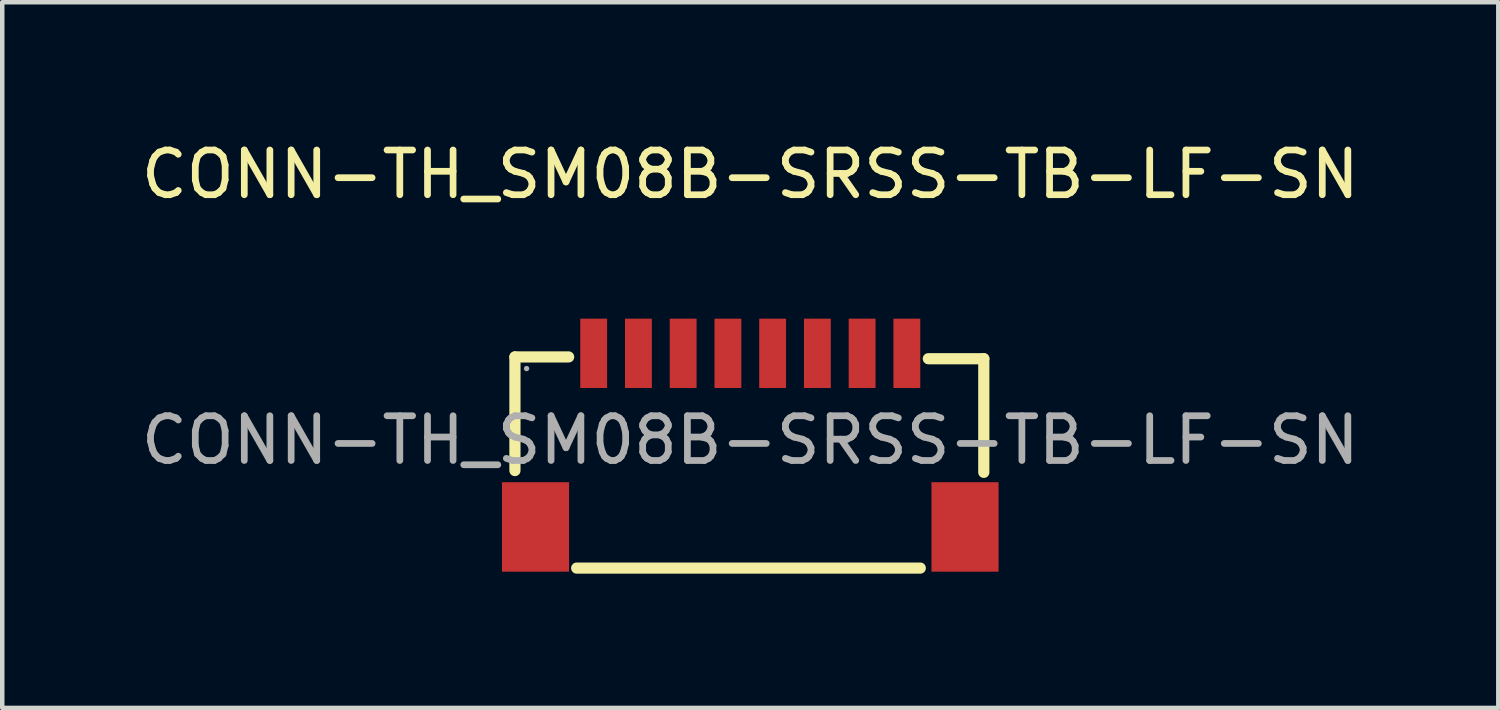
<source format=kicad_pcb>
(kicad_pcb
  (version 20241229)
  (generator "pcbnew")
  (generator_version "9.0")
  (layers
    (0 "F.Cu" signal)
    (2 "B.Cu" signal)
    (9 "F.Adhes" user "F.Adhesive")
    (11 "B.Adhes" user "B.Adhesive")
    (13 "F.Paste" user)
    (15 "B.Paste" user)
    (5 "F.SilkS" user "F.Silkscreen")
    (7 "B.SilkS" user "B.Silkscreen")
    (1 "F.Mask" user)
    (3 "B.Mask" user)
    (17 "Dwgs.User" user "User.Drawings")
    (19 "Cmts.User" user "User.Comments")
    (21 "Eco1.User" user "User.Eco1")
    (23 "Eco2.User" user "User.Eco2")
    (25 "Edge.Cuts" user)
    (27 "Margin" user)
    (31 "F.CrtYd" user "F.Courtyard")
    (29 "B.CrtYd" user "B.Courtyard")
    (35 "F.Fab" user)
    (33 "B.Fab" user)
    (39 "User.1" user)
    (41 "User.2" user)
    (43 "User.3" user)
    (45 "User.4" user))
  (footprint "CONN-TH_SM08B-SRSS-TB-LF-SN"
    (layer "F.Cu")
    (at 13.72 6.788)
    (property "Reference" "CONN-TH_SM08B-SRSS-TB-LF-SN" (at 0 -5.94 0) (layer "F.SilkS") (effects (font (size 1 1) (thickness 0.15))))
    (attr through_hole)
    (fp_line (start -5.26 -1.86) (end -5.26 0.68) (stroke (width 0.25) (type solid)) (layer "F.SilkS"))
    (fp_line (start -4.06 -1.86) (end -5.26 -1.86) (stroke (width 0.25) (type solid)) (layer "F.SilkS"))
    (fp_line (start -3.88 2.86) (end 3.8 2.86) (stroke (width 0.25) (type solid)) (layer "F.SilkS"))
    (fp_line (start 3.98 -1.82) (end 5.22 -1.82) (stroke (width 0.25) (type solid)) (layer "F.SilkS"))
    (fp_line (start 5.22 -1.82) (end 5.22 0.72) (stroke (width 0.25) (type solid)) (layer "F.SilkS"))
    (fp_circle (center -5 -1.6) (end -4.97 -1.6) (stroke (width 0.06) (type solid)) (fill no) (layer "F.Fab"))
    (fp_text user "${REFERENCE}" (at 0 0 0) (layer "F.Fab") (effects (font (size 1 1) (thickness 0.15))))
    (pad "1" smd rect (at -3.5 -1.94) (size 0.6 1.55) (layers "F.Cu" "F.Mask" "F.Paste"))
    (pad "2" smd rect (at -2.5 -1.94) (size 0.6 1.55) (layers "F.Cu" "F.Mask" "F.Paste"))
    (pad "3" smd rect (at -1.5 -1.94) (size 0.6 1.55) (layers "F.Cu" "F.Mask" "F.Paste"))
    (pad "4" smd rect (at -0.5 -1.94) (size 0.6 1.55) (layers "F.Cu" "F.Mask" "F.Paste"))
    (pad "5" smd rect (at 0.5 -1.94) (size 0.6 1.55) (layers "F.Cu" "F.Mask" "F.Paste"))
    (pad "6" smd rect (at 1.5 -1.94) (size 0.6 1.55) (layers "F.Cu" "F.Mask" "F.Paste"))
    (pad "7" smd rect (at 2.5 -1.94) (size 0.6 1.55) (layers "F.Cu" "F.Mask" "F.Paste"))
    (pad "8" smd rect (at 3.5 -1.94) (size 0.6 1.55) (layers "F.Cu" "F.Mask" "F.Paste"))
    (pad "9" smd rect (at 4.8 1.94) (size 1.5 2) (layers "F.Cu" "F.Mask" "F.Paste"))
    (pad "10" smd rect (at -4.8 1.94) (size 1.5 2) (layers "F.Cu" "F.Mask" "F.Paste")))
  (gr_rect
    (start -3 -3)
    (end 30.44 12.773)
    (stroke (width 0.1) (type default))
    (fill no)
    (layer "Edge.Cuts")))
</source>
